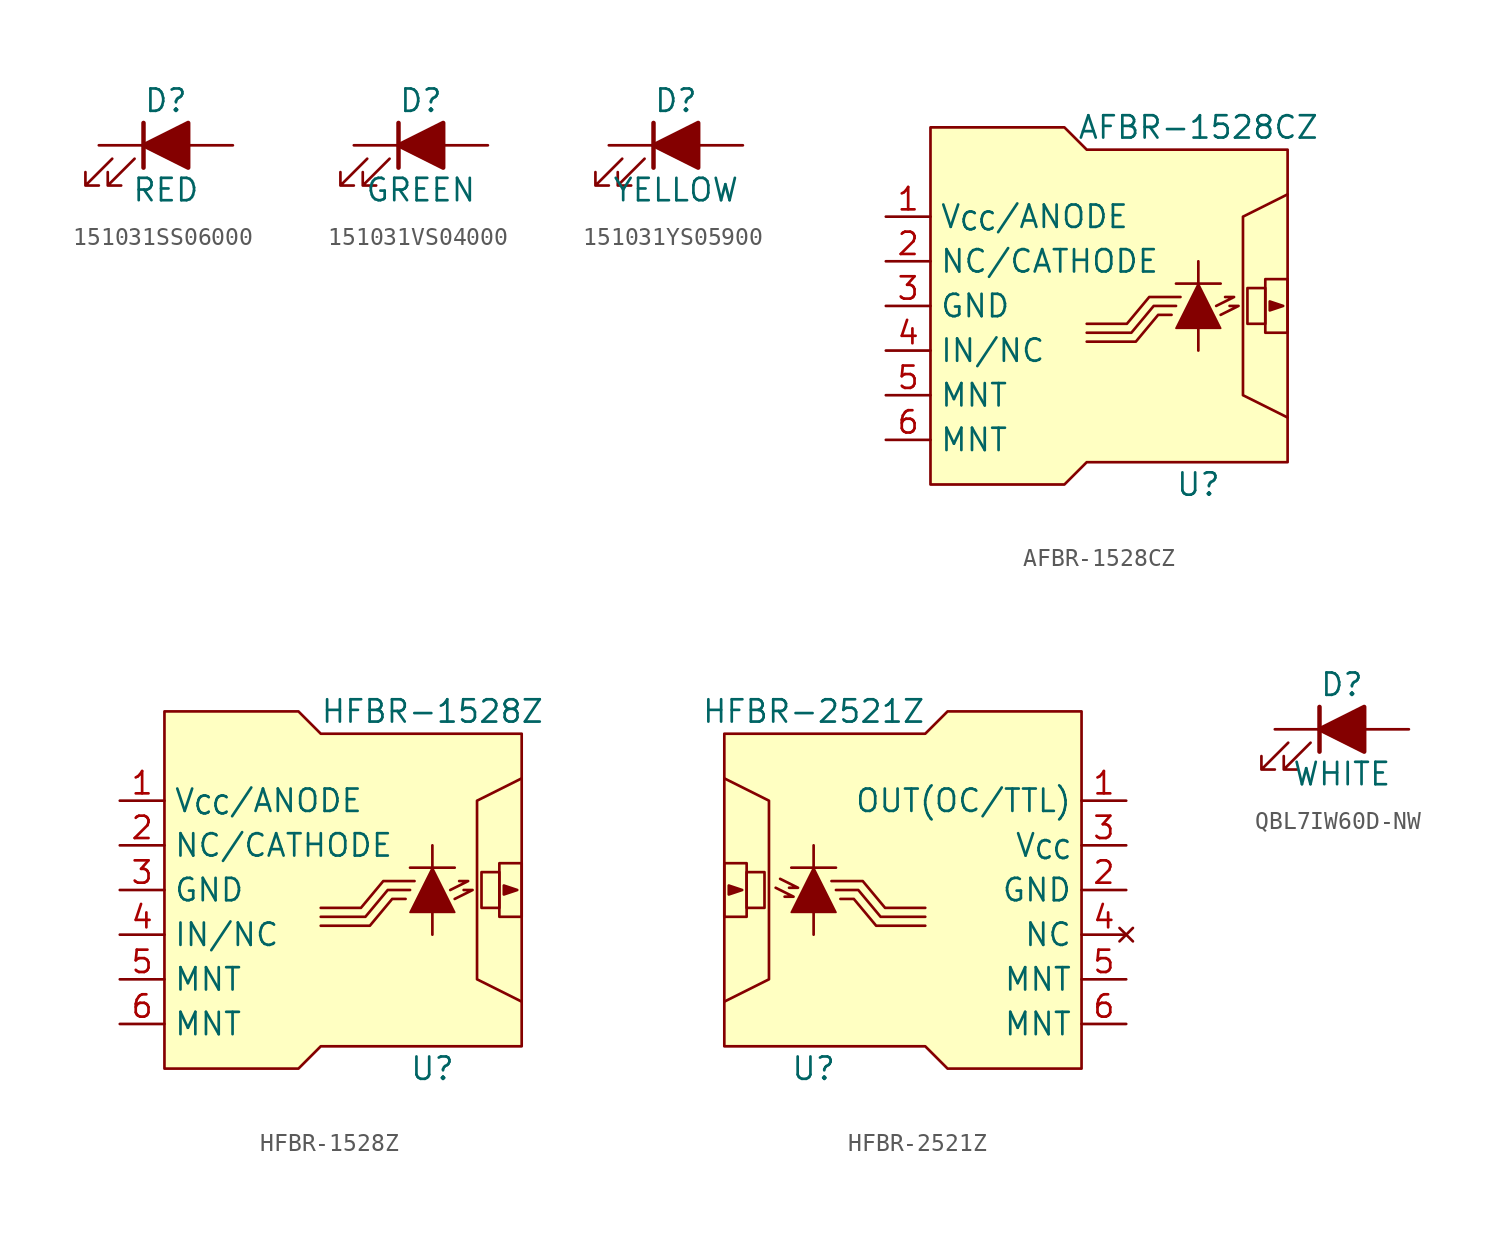
<source format=kicad_sym>
(kicad_symbol_lib
  (version 20220914)
  (generator kicad_symbol_editor)
  (symbol "151031SS06000"
    (pin_numbers hide)
    (pin_names
      (offset 1.016) hide)
    (property "Reference" "D"
      (at 0 2.54 0)
      (effects (font (size 1.27 1.27))))
    (property "Value" "RED"
      (at 0 -2.54 0)
      (effects (font (size 1.27 1.27))))
    (symbol "151031SS06000_0_1"
      (polyline (pts (xy -1.27 -1.27) (xy -1.27 1.27)) (stroke (width 0.254) (type default)) (fill (type none)))
      (polyline (pts (xy -1.27 0) (xy 1.27 0)) (stroke (width 0) (type default)) (fill (type none)))
      (polyline (pts (xy -3.048 -0.762) (xy -4.572 -2.286) (xy -3.81 -2.286) (xy -4.572 -2.286) (xy -4.572 -1.524)) (stroke (width 0) (type default)) (fill (type none)))
      (polyline (pts (xy -1.778 -0.762) (xy -3.302 -2.286) (xy -2.54 -2.286) (xy -3.302 -2.286) (xy -3.302 -1.524)) (stroke (width 0) (type default)) (fill (type none))))
    (symbol "151031SS06000_1_1"
      (polyline (pts (xy 1.27 -1.27) (xy 1.27 1.27) (xy -1.27 0) (xy 1.27 -1.27)) (stroke (width 0.254) (type default)) (fill (type outline)))
      (pin passive line (at -3.81 0 0) (length 2.54) (name "K" (effects (font (size 1.27 1.27)))) (number "1" (effects (font (size 1.27 1.27)))))
      (pin passive line (at 3.81 0 180) (length 2.54) (name "A" (effects (font (size 1.27 1.27)))) (number "2" (effects (font (size 1.27 1.27)))))))
  (symbol "151031VS04000"
    (pin_numbers hide)
    (pin_names
      (offset 1.016) hide)
    (property "Reference" "D"
      (at 0 2.54 0)
      (effects (font (size 1.27 1.27))))
    (property "Value" "GREEN"
      (at 0 -2.54 0)
      (effects (font (size 1.27 1.27))))
    (symbol "151031VS04000_0_1"
      (polyline (pts (xy -1.27 -1.27) (xy -1.27 1.27)) (stroke (width 0.254) (type default)) (fill (type none)))
      (polyline (pts (xy -1.27 0) (xy 1.27 0)) (stroke (width 0) (type default)) (fill (type none)))
      (polyline (pts (xy -3.048 -0.762) (xy -4.572 -2.286) (xy -3.81 -2.286) (xy -4.572 -2.286) (xy -4.572 -1.524)) (stroke (width 0) (type default)) (fill (type none)))
      (polyline (pts (xy -1.778 -0.762) (xy -3.302 -2.286) (xy -2.54 -2.286) (xy -3.302 -2.286) (xy -3.302 -1.524)) (stroke (width 0) (type default)) (fill (type none))))
    (symbol "151031VS04000_1_1"
      (polyline (pts (xy 1.27 -1.27) (xy 1.27 1.27) (xy -1.27 0) (xy 1.27 -1.27)) (stroke (width 0.254) (type default)) (fill (type outline)))
      (pin passive line (at -3.81 0 0) (length 2.54) (name "K" (effects (font (size 1.27 1.27)))) (number "1" (effects (font (size 1.27 1.27)))))
      (pin passive line (at 3.81 0 180) (length 2.54) (name "A" (effects (font (size 1.27 1.27)))) (number "2" (effects (font (size 1.27 1.27)))))))
  (symbol "151031YS05900"
    (pin_numbers hide)
    (pin_names
      (offset 1.016) hide)
    (property "Reference" "D"
      (at 0 2.54 0)
      (effects (font (size 1.27 1.27))))
    (property "Value" "YELLOW"
      (at 0 -2.54 0)
      (effects (font (size 1.27 1.27))))
    (symbol "151031YS05900_0_1"
      (polyline (pts (xy -1.27 -1.27) (xy -1.27 1.27)) (stroke (width 0.254) (type default)) (fill (type none)))
      (polyline (pts (xy -1.27 0) (xy 1.27 0)) (stroke (width 0) (type default)) (fill (type none)))
      (polyline (pts (xy -3.048 -0.762) (xy -4.572 -2.286) (xy -3.81 -2.286) (xy -4.572 -2.286) (xy -4.572 -1.524)) (stroke (width 0) (type default)) (fill (type none)))
      (polyline (pts (xy -1.778 -0.762) (xy -3.302 -2.286) (xy -2.54 -2.286) (xy -3.302 -2.286) (xy -3.302 -1.524)) (stroke (width 0) (type default)) (fill (type none))))
    (symbol "151031YS05900_1_1"
      (polyline (pts (xy 1.27 -1.27) (xy 1.27 1.27) (xy -1.27 0) (xy 1.27 -1.27)) (stroke (width 0.254) (type default)) (fill (type outline)))
      (pin passive line (at -3.81 0 0) (length 2.54) (name "K" (effects (font (size 1.27 1.27)))) (number "1" (effects (font (size 1.27 1.27)))))
      (pin passive line (at 3.81 0 180) (length 2.54) (name "A" (effects (font (size 1.27 1.27)))) (number "2" (effects (font (size 1.27 1.27)))))))
  (symbol "AFBR-1528CZ"
    (property "Reference" "U"
      (at 7.62 -10.16 0)
      (effects (font (size 1.27 1.27))))
    (property "Value" "AFBR-1528CZ"
      (at 7.62 10.16 0)
      (effects (font (size 1.27 1.27))))
    (symbol "AFBR-1528CZ_1_1"
      (polyline (pts (xy 6.35 1.27) (xy 8.89 1.27)) (stroke (width 0) (type default)) (fill (type none)))
      (polyline (pts (xy 7.62 -1.27) (xy 7.62 -2.54)) (stroke (width 0) (type default)) (fill (type none)))
      (polyline (pts (xy 7.62 2.54) (xy 7.62 1.27)) (stroke (width 0) (type default)) (fill (type none)))
      (polyline (pts (xy 8.636 0) (xy 9.652 0.508) (xy 9.144 0.508)) (stroke (width 0) (type default)) (fill (type none)))
      (polyline (pts (xy 8.89 -0.508) (xy 9.906 0) (xy 9.398 0)) (stroke (width 0) (type default)) (fill (type none)))
      (polyline (pts (xy 1.27 -2.032) (xy 4.064 -2.032) (xy 5.334 -0.508) (xy 6.096 -0.508)) (stroke (width 0) (type default)) (fill (type none)))
      (polyline (pts (xy 1.27 -1.524) (xy 3.81 -1.524) (xy 5.08 0) (xy 6.35 0)) (stroke (width 0) (type default)) (fill (type none)))
      (polyline (pts (xy 1.27 -1.016) (xy 3.556 -1.016) (xy 4.826 0.508) (xy 6.604 0.508)) (stroke (width 0) (type default)) (fill (type none)))
      (polyline (pts (xy 11.684 0.254) (xy 11.684 -0.254) (xy 12.446 0) (xy 11.684 0.254)) (stroke (width 0) (type default)) (fill (type outline)))
      (polyline (pts (xy 12.7 6.35) (xy 10.16 5.08) (xy 10.16 -5.08) (xy 12.7 -6.35)) (stroke (width 0) (type default)) (fill (type none)))
      (polyline (pts (xy 7.62 1.27) (xy 6.35 -1.27) (xy 7.62 -1.27) (xy 8.89 -1.27) (xy 7.62 1.27)) (stroke (width 0.1) (type default)) (fill (type outline)))
      (polyline (pts (xy -7.62 10.16) (xy -7.62 -10.16) (xy 0 -10.16) (xy 1.27 -8.89) (xy 12.7 -8.89) (xy 12.7 8.89) (xy 1.27 8.89) (xy 0 10.16) (xy -7.62 10.16)) (stroke (width 0) (type default)) (fill (type background)))
      (rectangle (start 10.414 1.016) (end 11.43 -1.016) (stroke (width 0) (type default)) (fill (type none)))
      (rectangle (start 11.43 1.524) (end 12.7 -1.524) (stroke (width 0) (type default)) (fill (type none)))
      (pin power_in line (at -10.16 5.08 0) (length 2.54) (name "V_{CC}/ANODE" (effects (font (size 1.27 1.27)))) (number "1" (effects (font (size 1.27 1.27)))))
      (pin passive line (at -10.16 2.54 0) (length 2.54) (name "NC/CATHODE" (effects (font (size 1.27 1.27)))) (number "2" (effects (font (size 1.27 1.27)))))
      (pin power_in line (at -10.16 0 0) (length 2.54) (name "GND" (effects (font (size 1.27 1.27)))) (number "3" (effects (font (size 1.27 1.27)))))
      (pin input line (at -10.16 -2.54 0) (length 2.54) (name "IN/NC" (effects (font (size 1.27 1.27)))) (number "4" (effects (font (size 1.27 1.27)))))
      (pin passive line (at -10.16 -5.08 0) (length 2.54) (name "MNT" (effects (font (size 1.27 1.27)))) (number "5" (effects (font (size 1.27 1.27)))))
      (pin passive line (at -10.16 -7.62 0) (length 2.54) (name "MNT" (effects (font (size 1.27 1.27)))) (number "6" (effects (font (size 1.27 1.27)))))))
  (symbol "HFBR-1528Z"
    (property "Reference" "U"
      (at 7.62 -10.16 0)
      (effects (font (size 1.27 1.27))))
    (property "Value" "HFBR-1528Z"
      (at 7.62 10.16 0)
      (effects (font (size 1.27 1.27))))
    (symbol "HFBR-1528Z_1_1"
      (polyline (pts (xy 6.35 1.27) (xy 8.89 1.27)) (stroke (width 0) (type default)) (fill (type none)))
      (polyline (pts (xy 7.62 -1.27) (xy 7.62 -2.54)) (stroke (width 0) (type default)) (fill (type none)))
      (polyline (pts (xy 7.62 2.54) (xy 7.62 1.27)) (stroke (width 0) (type default)) (fill (type none)))
      (polyline (pts (xy 8.636 0) (xy 9.652 0.508) (xy 9.144 0.508)) (stroke (width 0) (type default)) (fill (type none)))
      (polyline (pts (xy 8.89 -0.508) (xy 9.906 0) (xy 9.398 0)) (stroke (width 0) (type default)) (fill (type none)))
      (polyline (pts (xy 1.27 -2.032) (xy 4.064 -2.032) (xy 5.334 -0.508) (xy 6.096 -0.508)) (stroke (width 0) (type default)) (fill (type none)))
      (polyline (pts (xy 1.27 -1.524) (xy 3.81 -1.524) (xy 5.08 0) (xy 6.35 0)) (stroke (width 0) (type default)) (fill (type none)))
      (polyline (pts (xy 1.27 -1.016) (xy 3.556 -1.016) (xy 4.826 0.508) (xy 6.604 0.508)) (stroke (width 0) (type default)) (fill (type none)))
      (polyline (pts (xy 11.684 0.254) (xy 11.684 -0.254) (xy 12.446 0) (xy 11.684 0.254)) (stroke (width 0) (type default)) (fill (type outline)))
      (polyline (pts (xy 12.7 6.35) (xy 10.16 5.08) (xy 10.16 -5.08) (xy 12.7 -6.35)) (stroke (width 0) (type default)) (fill (type none)))
      (polyline (pts (xy 7.62 1.27) (xy 6.35 -1.27) (xy 7.62 -1.27) (xy 8.89 -1.27) (xy 7.62 1.27)) (stroke (width 0.1) (type default)) (fill (type outline)))
      (polyline (pts (xy -7.62 10.16) (xy -7.62 -10.16) (xy 0 -10.16) (xy 1.27 -8.89) (xy 12.7 -8.89) (xy 12.7 8.89) (xy 1.27 8.89) (xy 0 10.16) (xy -7.62 10.16)) (stroke (width 0) (type default)) (fill (type background)))
      (rectangle (start 10.414 1.016) (end 11.43 -1.016) (stroke (width 0) (type default)) (fill (type none)))
      (rectangle (start 11.43 1.524) (end 12.7 -1.524) (stroke (width 0) (type default)) (fill (type none)))
      (pin power_in line (at -10.16 5.08 0) (length 2.54) (name "V_{CC}/ANODE" (effects (font (size 1.27 1.27)))) (number "1" (effects (font (size 1.27 1.27)))))
      (pin passive line (at -10.16 2.54 0) (length 2.54) (name "NC/CATHODE" (effects (font (size 1.27 1.27)))) (number "2" (effects (font (size 1.27 1.27)))))
      (pin power_in line (at -10.16 0 0) (length 2.54) (name "GND" (effects (font (size 1.27 1.27)))) (number "3" (effects (font (size 1.27 1.27)))))
      (pin input line (at -10.16 -2.54 0) (length 2.54) (name "IN/NC" (effects (font (size 1.27 1.27)))) (number "4" (effects (font (size 1.27 1.27)))))
      (pin passive line (at -10.16 -5.08 0) (length 2.54) (name "MNT" (effects (font (size 1.27 1.27)))) (number "5" (effects (font (size 1.27 1.27)))))
      (pin passive line (at -10.16 -7.62 0) (length 2.54) (name "MNT" (effects (font (size 1.27 1.27)))) (number "6" (effects (font (size 1.27 1.27)))))))
  (symbol "HFBR-2521Z"
    (property "Reference" "U"
      (at -3.81 -10.16 0)
      (effects (font (size 1.27 1.27))))
    (property "Value" "HFBR-2521Z"
      (at -3.81 10.16 0)
      (effects (font (size 1.27 1.27))))
    (symbol "HFBR-2521Z_1_1"
      (rectangle (start -8.89 -1.524) (end -7.62 1.524) (stroke (width 0) (type default)) (fill (type none)))
      (rectangle (start -7.62 -1.016) (end -6.604 1.016) (stroke (width 0) (type default)) (fill (type none)))
      (polyline (pts (xy -3.81 -1.27) (xy -3.81 -2.54)) (stroke (width 0) (type default)) (fill (type none)))
      (polyline (pts (xy -3.81 2.54) (xy -3.81 1.27)) (stroke (width 0) (type default)) (fill (type none)))
      (polyline (pts (xy -2.54 1.27) (xy -5.08 1.27)) (stroke (width 0) (type default)) (fill (type none)))
      (polyline (pts (xy -5.969 0.127) (xy -4.953 -0.381) (xy -5.461 -0.381)) (stroke (width 0) (type default)) (fill (type none)))
      (polyline (pts (xy -5.715 0.635) (xy -4.699 0.127) (xy -5.207 0.127)) (stroke (width 0) (type default)) (fill (type none)))
      (polyline (pts (xy -8.89 6.35) (xy -6.35 5.08) (xy -6.35 -5.08) (xy -8.89 -6.35)) (stroke (width 0) (type default)) (fill (type none)))
      (polyline (pts (xy -8.636 0.254) (xy -8.636 -0.254) (xy -7.874 0) (xy -8.636 0.254)) (stroke (width 0) (type default)) (fill (type outline)))
      (polyline (pts (xy 2.54 -2.032) (xy -0.254 -2.032) (xy -1.524 -0.508) (xy -2.286 -0.508)) (stroke (width 0) (type default)) (fill (type none)))
      (polyline (pts (xy 2.54 -1.524) (xy 0 -1.524) (xy -1.27 0) (xy -2.54 0)) (stroke (width 0) (type default)) (fill (type none)))
      (polyline (pts (xy 2.54 -1.016) (xy 0.254 -1.016) (xy -1.016 0.508) (xy -2.794 0.508)) (stroke (width 0) (type default)) (fill (type none)))
      (polyline (pts (xy -3.81 1.27) (xy -2.54 -1.27) (xy -3.81 -1.27) (xy -5.08 -1.27) (xy -3.81 1.27)) (stroke (width 0.1) (type default)) (fill (type outline)))
      (polyline (pts (xy 11.43 10.16) (xy 11.43 -10.16) (xy 3.81 -10.16) (xy 2.54 -8.89) (xy -8.89 -8.89) (xy -8.89 8.89) (xy 2.54 8.89) (xy 3.81 10.16) (xy 11.43 10.16)) (stroke (width 0) (type default)) (fill (type background)))
      (pin open_collector line (at 13.97 5.08 180) (length 2.54) (name "OUT(OC/TTL)" (effects (font (size 1.27 1.27)))) (number "1" (effects (font (size 1.27 1.27)))))
      (pin power_in line (at 13.97 0 180) (length 2.54) (name "GND" (effects (font (size 1.27 1.27)))) (number "2" (effects (font (size 1.27 1.27)))))
      (pin power_in line (at 13.97 2.54 180) (length 2.54) (name "V_{CC}" (effects (font (size 1.27 1.27)))) (number "3" (effects (font (size 1.27 1.27)))))
      (pin no_connect line (at 13.97 -2.54 180) (length 2.54) (name "NC" (effects (font (size 1.27 1.27)))) (number "4" (effects (font (size 1.27 1.27)))))
      (pin passive line (at 13.97 -5.08 180) (length 2.54) (name "MNT" (effects (font (size 1.27 1.27)))) (number "5" (effects (font (size 1.27 1.27)))))
      (pin passive line (at 13.97 -7.62 180) (length 2.54) (name "MNT" (effects (font (size 1.27 1.27)))) (number "6" (effects (font (size 1.27 1.27)))))))
  (symbol "QBL7IW60D-NW"
    (pin_numbers hide)
    (pin_names
      (offset 1.016) hide)
    (property "Reference" "D"
      (at 0 2.54 0)
      (effects (font (size 1.27 1.27))))
    (property "Value" "WHITE"
      (at 0 -2.54 0)
      (effects (font (size 1.27 1.27))))
    (symbol "QBL7IW60D-NW_0_1"
      (polyline (pts (xy -1.27 -1.27) (xy -1.27 1.27)) (stroke (width 0.254) (type default)) (fill (type none)))
      (polyline (pts (xy -1.27 0) (xy 1.27 0)) (stroke (width 0) (type default)) (fill (type none)))
      (polyline (pts (xy -3.048 -0.762) (xy -4.572 -2.286) (xy -3.81 -2.286) (xy -4.572 -2.286) (xy -4.572 -1.524)) (stroke (width 0) (type default)) (fill (type none)))
      (polyline (pts (xy -1.778 -0.762) (xy -3.302 -2.286) (xy -2.54 -2.286) (xy -3.302 -2.286) (xy -3.302 -1.524)) (stroke (width 0) (type default)) (fill (type none))))
    (symbol "QBL7IW60D-NW_1_1"
      (polyline (pts (xy 1.27 -1.27) (xy 1.27 1.27) (xy -1.27 0) (xy 1.27 -1.27)) (stroke (width 0.254) (type default)) (fill (type outline)))
      (pin passive line (at -3.81 0 0) (length 2.54) (name "K" (effects (font (size 1.27 1.27)))) (number "1" (effects (font (size 1.27 1.27)))))
      (pin passive line (at 3.81 0 180) (length 2.54) (name "A" (effects (font (size 1.27 1.27)))) (number "2" (effects (font (size 1.27 1.27))))))))
</source>
